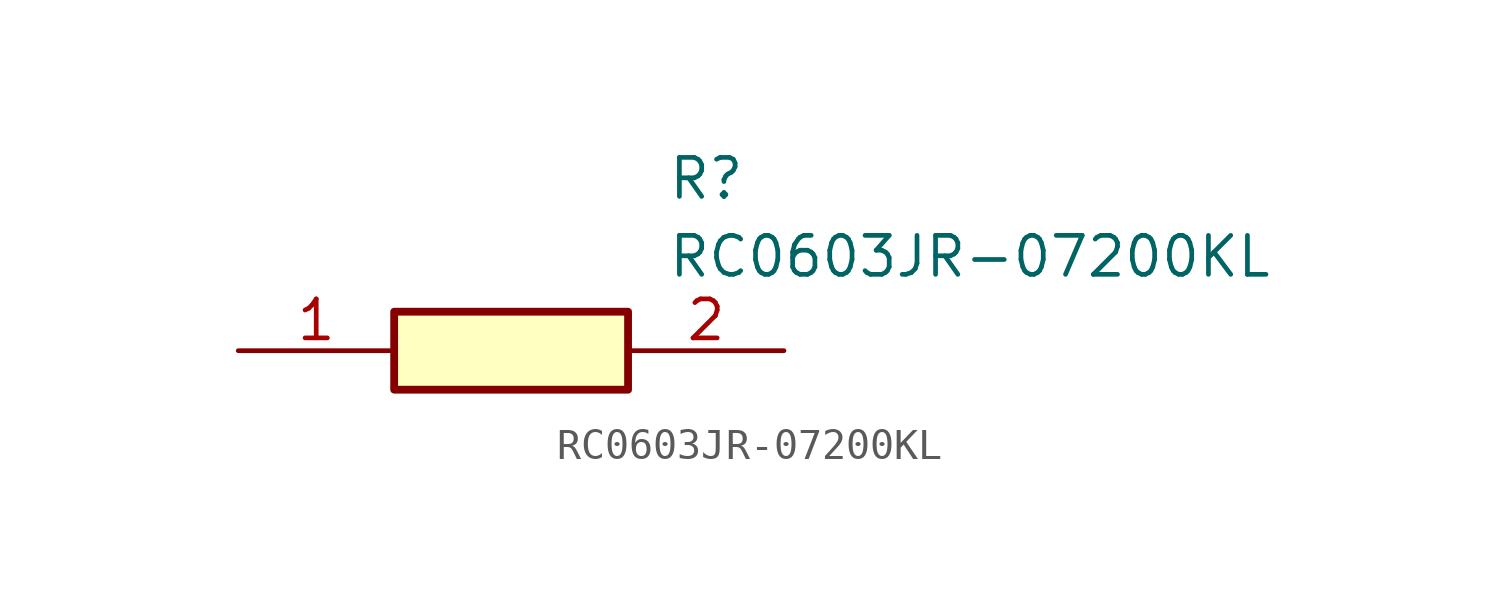
<source format=kicad_sym>
(kicad_symbol_lib
  (version 20211014)
  (generator SamacSys_ECAD_Model)
  (symbol "RC0603JR-07200KL"
    (pin_names hide)
    (property "Reference" "R"
      (at 13.97 6.35 0)
      (effects (font (size 1.27 1.27)) (justify left top)))
    (property "Value" "RC0603JR-07200KL"
      (at 13.97 3.81 0)
      (effects (font (size 1.27 1.27)) (justify left top)))
    (rectangle
      (start 5.08 1.27)
      (end 12.7 -1.27)
      (stroke (width 0.254) (type default))
      (fill (type background)))
    (pin passive line
      (at 0 0 0)
      (length 5.08)
      (name "1" (effects (font (size 1.27 1.27))))
      (number "1" (effects (font (size 1.27 1.27)))))
    (pin passive line
      (at 17.78 0 180)
      (length 5.08)
      (name "2" (effects (font (size 1.27 1.27))))
      (number "2" (effects (font (size 1.27 1.27)))))))
</source>
